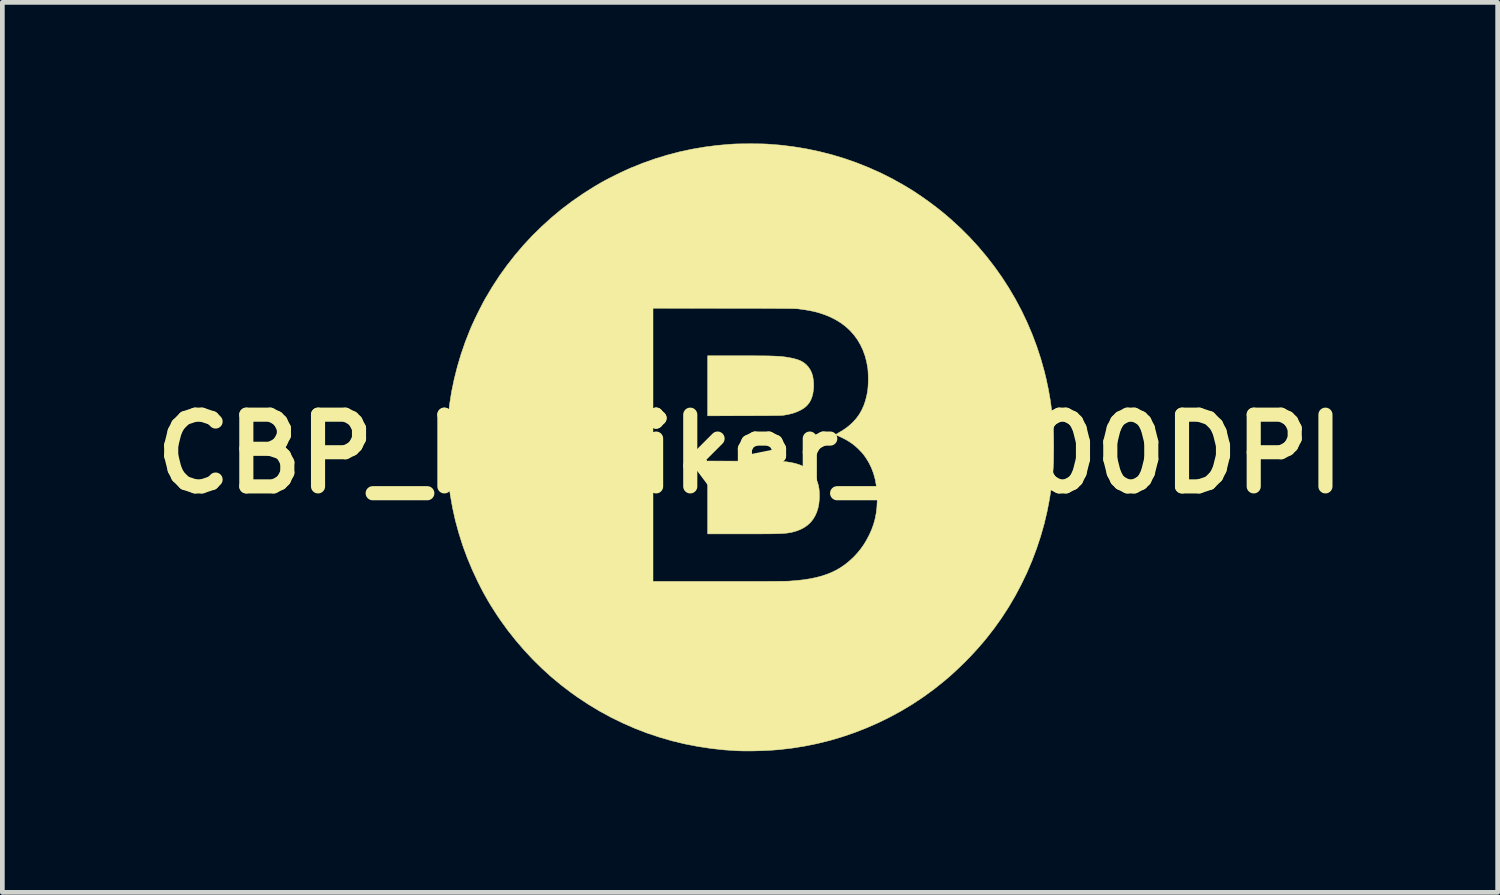
<source format=kicad_pcb>
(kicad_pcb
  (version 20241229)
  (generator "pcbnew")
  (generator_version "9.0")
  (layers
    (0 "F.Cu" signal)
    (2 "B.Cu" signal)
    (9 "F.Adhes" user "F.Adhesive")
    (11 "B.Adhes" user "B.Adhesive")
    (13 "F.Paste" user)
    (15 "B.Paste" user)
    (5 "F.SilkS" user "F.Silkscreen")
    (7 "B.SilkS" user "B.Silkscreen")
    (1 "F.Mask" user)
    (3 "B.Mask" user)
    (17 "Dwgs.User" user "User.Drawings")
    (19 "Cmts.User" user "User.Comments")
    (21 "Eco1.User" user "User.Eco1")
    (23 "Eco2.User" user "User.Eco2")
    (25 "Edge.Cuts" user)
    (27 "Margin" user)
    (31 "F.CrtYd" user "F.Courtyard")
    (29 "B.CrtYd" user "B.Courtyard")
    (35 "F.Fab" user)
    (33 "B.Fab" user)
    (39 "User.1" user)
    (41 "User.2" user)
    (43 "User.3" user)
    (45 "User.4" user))
  (footprint "CBP_Moniker_4200DPI"
    (layer "F.Cu")
    (at 12.889 6.597)
    (property "Reference" "CBP_Moniker_4200DPI" (at 0 0 0) (layer "F.SilkS") (effects (font (size 1.524 1.524) (thickness 0.3))))
    (attr through_hole)
    (fp_poly (pts (xy -0.237 -2.086) (xy -0.115 -2.086) (xy -0.004 -2.086) (xy 0.097 -2.086) (xy 0.187 -2.085) (xy 0.269 -2.085) (xy 0.342 -2.084) (xy 0.408 -2.083) (xy 0.467 -2.081) (xy 0.52 -2.079) (xy 0.568 -2.077) (xy 0.611 -2.075) (xy 0.65 -2.072) (xy 0.687 -2.068) (xy 0.721 -2.064) (xy 0.754 -2.06) (xy 0.786 -2.055) (xy 0.818 -2.05) (xy 0.851 -2.043) (xy 0.865 -2.041) (xy 0.94 -2.024) (xy 1.004 -2.006) (xy 1.059 -1.986) (xy 1.108 -1.961) (xy 1.151 -1.933) (xy 1.191 -1.9) (xy 1.204 -1.887) (xy 1.249 -1.836) (xy 1.285 -1.778) (xy 1.314 -1.715) (xy 1.334 -1.644) (xy 1.347 -1.564) (xy 1.352 -1.506) (xy 1.353 -1.432) (xy 1.347 -1.358) (xy 1.336 -1.286) (xy 1.319 -1.219) (xy 1.297 -1.16) (xy 1.291 -1.146) (xy 1.258 -1.088) (xy 1.217 -1.037) (xy 1.168 -0.991) (xy 1.109 -0.951) (xy 1.055 -0.922) (xy 0.998 -0.896) (xy 0.94 -0.874) (xy 0.878 -0.856) (xy 0.81 -0.84) (xy 0.734 -0.826) (xy 0.705 -0.822) (xy 0.693 -0.82) (xy 0.673 -0.819) (xy 0.646 -0.818) (xy 0.61 -0.817) (xy 0.566 -0.817) (xy 0.512 -0.816) (xy 0.449 -0.815) (xy 0.376 -0.814) (xy 0.292 -0.814) (xy 0.198 -0.813) (xy 0.093 -0.813) (xy -0.023 -0.812) (xy -0.122 -0.812) (xy -0.901 -0.81) (xy -0.901 -2.086) (xy -0.237 -2.086)) (stroke (width 0.01) (type solid)) (fill yes) (layer "F.SilkS"))
    (fp_poly (pts (xy -0.107 0.153) (xy 0.01 0.153) (xy 0.115 0.154) (xy 0.21 0.154) (xy 0.295 0.155) (xy 0.37 0.155) (xy 0.437 0.156) (xy 0.496 0.156) (xy 0.548 0.157) (xy 0.594 0.158) (xy 0.633 0.159) (xy 0.668 0.16) (xy 0.698 0.161) (xy 0.725 0.163) (xy 0.749 0.165) (xy 0.77 0.167) (xy 0.79 0.169) (xy 0.809 0.172) (xy 0.828 0.175) (xy 0.848 0.178) (xy 0.868 0.181) (xy 0.97 0.204) (xy 1.063 0.234) (xy 1.146 0.272) (xy 1.22 0.317) (xy 1.285 0.37) (xy 1.34 0.43) (xy 1.366 0.465) (xy 1.403 0.529) (xy 1.432 0.596) (xy 1.453 0.668) (xy 1.467 0.747) (xy 1.474 0.832) (xy 1.474 0.944) (xy 1.464 1.049) (xy 1.446 1.147) (xy 1.418 1.236) (xy 1.381 1.318) (xy 1.336 1.392) (xy 1.281 1.459) (xy 1.217 1.517) (xy 1.145 1.566) (xy 1.064 1.608) (xy 0.974 1.641) (xy 0.928 1.654) (xy 0.904 1.66) (xy 0.879 1.666) (xy 0.855 1.671) (xy 0.83 1.675) (xy 0.803 1.679) (xy 0.775 1.683) (xy 0.743 1.686) (xy 0.708 1.689) (xy 0.668 1.691) (xy 0.624 1.693) (xy 0.574 1.694) (xy 0.518 1.696) (xy 0.454 1.697) (xy 0.383 1.698) (xy 0.304 1.698) (xy 0.216 1.699) (xy 0.118 1.699) (xy 0.009 1.699) (xy -0.111 1.699) (xy -0.168 1.699) (xy -0.901 1.699) (xy -0.901 0.15) (xy -0.107 0.153)) (stroke (width 0.01) (type solid)) (fill yes) (layer "F.SilkS"))
    (fp_poly (pts (xy 0.083 -6.591) (xy 0.151 -6.591) (xy 0.216 -6.59) (xy 0.274 -6.589) (xy 0.324 -6.587) (xy 0.357 -6.586) (xy 0.639 -6.564) (xy 0.918 -6.53) (xy 1.194 -6.485) (xy 1.466 -6.428) (xy 1.735 -6.36) (xy 2.001 -6.28) (xy 2.262 -6.189) (xy 2.52 -6.086) (xy 2.774 -5.973) (xy 3.023 -5.848) (xy 3.267 -5.711) (xy 3.32 -5.68) (xy 3.482 -5.58) (xy 3.646 -5.47) (xy 3.81 -5.354) (xy 3.97 -5.233) (xy 4.125 -5.109) (xy 4.255 -4.998) (xy 4.461 -4.81) (xy 4.657 -4.615) (xy 4.845 -4.411) (xy 5.023 -4.2) (xy 5.192 -3.982) (xy 5.351 -3.758) (xy 5.5 -3.527) (xy 5.64 -3.289) (xy 5.769 -3.047) (xy 5.887 -2.799) (xy 5.995 -2.546) (xy 6.092 -2.288) (xy 6.178 -2.026) (xy 6.253 -1.76) (xy 6.292 -1.6) (xy 6.341 -1.368) (xy 6.382 -1.136) (xy 6.413 -0.901) (xy 6.437 -0.662) (xy 6.447 -0.529) (xy 6.448 -0.503) (xy 6.449 -0.466) (xy 6.45 -0.421) (xy 6.451 -0.369) (xy 6.452 -0.312) (xy 6.452 -0.251) (xy 6.453 -0.189) (xy 6.453 -0.142) (xy 6.452 -0.039) (xy 6.451 0.055) (xy 6.45 0.14) (xy 6.447 0.22) (xy 6.443 0.296) (xy 6.438 0.37) (xy 6.432 0.445) (xy 6.424 0.523) (xy 6.415 0.605) (xy 6.407 0.671) (xy 6.367 0.944) (xy 6.315 1.214) (xy 6.252 1.482) (xy 6.177 1.746) (xy 6.091 2.007) (xy 5.994 2.265) (xy 5.887 2.517) (xy 5.768 2.765) (xy 5.64 3.008) (xy 5.501 3.245) (xy 5.352 3.476) (xy 5.193 3.7) (xy 5.024 3.917) (xy 4.978 3.973) (xy 4.848 4.124) (xy 4.709 4.276) (xy 4.563 4.426) (xy 4.413 4.571) (xy 4.262 4.71) (xy 4.118 4.833) (xy 3.903 5.004) (xy 3.681 5.165) (xy 3.452 5.317) (xy 3.216 5.459) (xy 2.975 5.59) (xy 2.729 5.711) (xy 2.478 5.821) (xy 2.222 5.921) (xy 1.962 6.01) (xy 1.699 6.088) (xy 1.432 6.154) (xy 1.163 6.209) (xy 0.891 6.252) (xy 0.617 6.284) (xy 0.59 6.286) (xy 0.499 6.293) (xy 0.401 6.299) (xy 0.299 6.304) (xy 0.193 6.308) (xy 0.088 6.311) (xy -0.015 6.312) (xy -0.112 6.312) (xy -0.203 6.31) (xy -0.267 6.308) (xy -0.552 6.289) (xy -0.833 6.258) (xy -1.11 6.216) (xy -1.384 6.163) (xy -1.654 6.098) (xy -1.92 6.021) (xy -2.182 5.934) (xy -2.44 5.835) (xy -2.694 5.724) (xy -2.943 5.603) (xy -3.187 5.471) (xy -3.427 5.327) (xy -3.662 5.172) (xy -3.808 5.068) (xy -4.02 4.906) (xy -4.227 4.734) (xy -4.427 4.552) (xy -4.62 4.362) (xy -4.805 4.163) (xy -4.982 3.957) (xy -5.15 3.745) (xy -5.308 3.526) (xy -5.373 3.43) (xy -5.44 3.326) (xy -5.502 3.229) (xy -5.559 3.135) (xy -5.613 3.04) (xy -5.667 2.944) (xy -5.72 2.842) (xy -5.776 2.731) (xy -5.784 2.715) (xy -5.787 2.709) (xy -2.062 2.709) (xy -0.67 2.709) (xy -0.509 2.709) (xy -0.356 2.709) (xy -0.21 2.709) (xy -0.073 2.709) (xy 0.056 2.709) (xy 0.176 2.708) (xy 0.287 2.708) (xy 0.388 2.708) (xy 0.48 2.707) (xy 0.562 2.707) (xy 0.633 2.706) (xy 0.694 2.706) (xy 0.744 2.705) (xy 0.782 2.704) (xy 0.809 2.704) (xy 0.822 2.703) (xy 0.98 2.691) (xy 1.128 2.675) (xy 1.265 2.654) (xy 1.394 2.628) (xy 1.514 2.597) (xy 1.626 2.56) (xy 1.732 2.518) (xy 1.831 2.47) (xy 1.925 2.415) (xy 2.014 2.354) (xy 2.1 2.285) (xy 2.183 2.21) (xy 2.223 2.17) (xy 2.293 2.093) (xy 2.355 2.016) (xy 2.412 1.936) (xy 2.465 1.85) (xy 2.516 1.755) (xy 2.531 1.727) (xy 2.583 1.612) (xy 2.625 1.497) (xy 2.657 1.38) (xy 2.681 1.26) (xy 2.696 1.134) (xy 2.703 1.001) (xy 2.703 0.95) (xy 2.698 0.805) (xy 2.683 0.668) (xy 2.659 0.537) (xy 2.624 0.412) (xy 2.58 0.295) (xy 2.525 0.183) (xy 2.46 0.078) (xy 2.41 0.009) (xy 2.382 -0.024) (xy 2.347 -0.061) (xy 2.308 -0.101) (xy 2.268 -0.139) (xy 2.228 -0.174) (xy 2.192 -0.203) (xy 2.191 -0.204) (xy 2.123 -0.252) (xy 2.048 -0.298) (xy 1.968 -0.34) (xy 1.889 -0.377) (xy 1.864 -0.387) (xy 1.842 -0.396) (xy 1.825 -0.403) (xy 1.815 -0.408) (xy 1.814 -0.409) (xy 1.819 -0.412) (xy 1.833 -0.42) (xy 1.852 -0.432) (xy 1.87 -0.442) (xy 1.955 -0.492) (xy 2.03 -0.542) (xy 2.098 -0.594) (xy 2.16 -0.649) (xy 2.189 -0.677) (xy 2.26 -0.756) (xy 2.322 -0.841) (xy 2.375 -0.934) (xy 2.42 -1.034) (xy 2.456 -1.142) (xy 2.484 -1.258) (xy 2.499 -1.338) (xy 2.504 -1.385) (xy 2.509 -1.441) (xy 2.512 -1.504) (xy 2.513 -1.57) (xy 2.513 -1.636) (xy 2.511 -1.7) (xy 2.508 -1.759) (xy 2.504 -1.81) (xy 2.502 -1.826) (xy 2.477 -1.961) (xy 2.443 -2.089) (xy 2.399 -2.209) (xy 2.345 -2.323) (xy 2.282 -2.43) (xy 2.209 -2.529) (xy 2.127 -2.621) (xy 2.036 -2.705) (xy 1.937 -2.781) (xy 1.828 -2.848) (xy 1.772 -2.878) (xy 1.68 -2.922) (xy 1.587 -2.959) (xy 1.49 -2.992) (xy 1.388 -3.021) (xy 1.278 -3.045) (xy 1.161 -3.065) (xy 1.034 -3.082) (xy 1.024 -3.084) (xy 1.013 -3.085) (xy 1.001 -3.086) (xy 0.987 -3.086) (xy 0.97 -3.087) (xy 0.951 -3.088) (xy 0.928 -3.089) (xy 0.901 -3.089) (xy 0.871 -3.09) (xy 0.836 -3.09) (xy 0.795 -3.091) (xy 0.749 -3.091) (xy 0.697 -3.092) (xy 0.638 -3.092) (xy 0.573 -3.092) (xy 0.499 -3.093) (xy 0.418 -3.093) (xy 0.329 -3.093) (xy 0.231 -3.094) (xy 0.123 -3.094) (xy 0.005 -3.094) (xy -0.122 -3.094) (xy -0.261 -3.094) (xy -0.411 -3.095) (xy -0.558 -3.095) (xy -2.062 -3.097) (xy -2.062 2.709) (xy -5.787 2.709) (xy -5.902 2.463) (xy -6.009 2.207) (xy -6.105 1.947) (xy -6.188 1.684) (xy -6.261 1.417) (xy -6.321 1.147) (xy -6.37 0.873) (xy -6.408 0.596) (xy -6.434 0.314) (xy -6.44 0.212) (xy -6.442 0.171) (xy -6.444 0.119) (xy -6.445 0.06) (xy -6.446 -0.005) (xy -6.446 -0.074) (xy -6.446 -0.145) (xy -6.446 -0.216) (xy -6.446 -0.285) (xy -6.445 -0.349) (xy -6.444 -0.407) (xy -6.442 -0.456) (xy -6.441 -0.49) (xy -6.419 -0.77) (xy -6.386 -1.047) (xy -6.343 -1.319) (xy -6.287 -1.588) (xy -6.22 -1.853) (xy -6.142 -2.117) (xy -6.052 -2.378) (xy -5.95 -2.638) (xy -5.93 -2.685) (xy -5.905 -2.741) (xy -5.876 -2.805) (xy -5.843 -2.875) (xy -5.808 -2.948) (xy -5.771 -3.023) (xy -5.734 -3.096) (xy -5.698 -3.166) (xy -5.665 -3.23) (xy -5.634 -3.286) (xy -5.627 -3.299) (xy -5.483 -3.541) (xy -5.33 -3.777) (xy -5.167 -4.004) (xy -4.995 -4.224) (xy -4.814 -4.436) (xy -4.625 -4.639) (xy -4.426 -4.834) (xy -4.22 -5.021) (xy -4.006 -5.199) (xy -3.783 -5.368) (xy -3.553 -5.527) (xy -3.315 -5.678) (xy -3.154 -5.772) (xy -3.1 -5.802) (xy -3.038 -5.835) (xy -2.969 -5.87) (xy -2.896 -5.907) (xy -2.822 -5.944) (xy -2.748 -5.98) (xy -2.677 -6.013) (xy -2.611 -6.043) (xy -2.553 -6.069) (xy -2.54 -6.075) (xy -2.282 -6.179) (xy -2.022 -6.271) (xy -1.761 -6.351) (xy -1.498 -6.42) (xy -1.232 -6.477) (xy -0.962 -6.523) (xy -0.688 -6.558) (xy -0.41 -6.582) (xy -0.345 -6.586) (xy -0.304 -6.588) (xy -0.252 -6.589) (xy -0.193 -6.59) (xy -0.128 -6.591) (xy -0.059 -6.591) (xy 0.012 -6.592) (xy 0.083 -6.591)) (stroke (width 0.01) (type solid)) (fill yes) (layer "F.SilkS")))
  (gr_rect
    (start -3 -3)
    (end 28.777 15.914)
    (stroke (width 0.1) (type default))
    (fill no)
    (layer "Edge.Cuts")))
</source>
